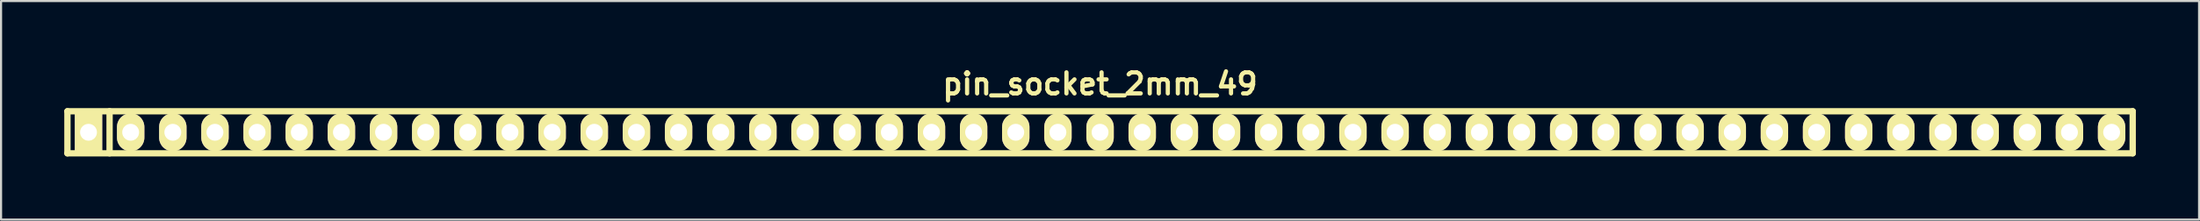
<source format=kicad_pcb>
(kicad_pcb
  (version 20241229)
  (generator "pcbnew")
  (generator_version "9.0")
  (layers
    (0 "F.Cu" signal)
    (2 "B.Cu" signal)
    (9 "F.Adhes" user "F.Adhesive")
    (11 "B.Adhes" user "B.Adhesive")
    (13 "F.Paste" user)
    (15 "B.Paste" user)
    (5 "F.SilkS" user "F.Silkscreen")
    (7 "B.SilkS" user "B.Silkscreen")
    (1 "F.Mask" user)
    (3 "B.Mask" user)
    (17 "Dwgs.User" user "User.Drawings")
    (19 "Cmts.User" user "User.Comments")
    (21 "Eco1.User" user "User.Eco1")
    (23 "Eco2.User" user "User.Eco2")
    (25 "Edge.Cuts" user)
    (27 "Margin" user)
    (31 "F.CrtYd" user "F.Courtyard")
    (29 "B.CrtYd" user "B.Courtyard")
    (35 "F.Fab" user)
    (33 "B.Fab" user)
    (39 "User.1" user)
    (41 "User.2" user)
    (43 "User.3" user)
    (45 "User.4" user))
  (footprint "pin_socket_2mm_49"
    (layer "F.Cu")
    (at 49.15 3.236)
    (property "Reference" "pin_socket_2mm_49" (at 0 -2.3 0) (layer "F.SilkS") (effects (font (size 1 1) (thickness 0.2))))
    (attr through_hole)
    (fp_line (start -49 -1) (end 49 -1) (stroke (width 0.3) (type solid)) (layer "F.SilkS"))
    (fp_line (start -49 1) (end -49 -1) (stroke (width 0.3) (type solid)) (layer "F.SilkS"))
    (fp_line (start -47 -1) (end -47 1) (stroke (width 0.3) (type solid)) (layer "F.SilkS"))
    (fp_line (start 49 -1) (end 49 1) (stroke (width 0.3) (type solid)) (layer "F.SilkS"))
    (fp_line (start 49 1) (end -49 1) (stroke (width 0.3) (type solid)) (layer "F.SilkS"))
    (pad "1" thru_hole rect (at -48 0) (size 1.3 1.8) (drill 0.8) (layers "*.Cu" "*.Mask" "F.SilkS"))
    (pad "2" thru_hole oval (at -46 0) (size 1.3 1.8) (drill 0.8) (layers "*.Cu" "*.Mask" "F.SilkS"))
    (pad "3" thru_hole oval (at -44 0) (size 1.3 1.8) (drill 0.8) (layers "*.Cu" "*.Mask" "F.SilkS"))
    (pad "4" thru_hole oval (at -42 0) (size 1.3 1.8) (drill 0.8) (layers "*.Cu" "*.Mask" "F.SilkS"))
    (pad "5" thru_hole oval (at -40 0) (size 1.3 1.8) (drill 0.8) (layers "*.Cu" "*.Mask" "F.SilkS"))
    (pad "6" thru_hole oval (at -38 0) (size 1.3 1.8) (drill 0.8) (layers "*.Cu" "*.Mask" "F.SilkS"))
    (pad "7" thru_hole oval (at -36 0) (size 1.3 1.8) (drill 0.8) (layers "*.Cu" "*.Mask" "F.SilkS"))
    (pad "8" thru_hole oval (at -34 0) (size 1.3 1.8) (drill 0.8) (layers "*.Cu" "*.Mask" "F.SilkS"))
    (pad "9" thru_hole oval (at -32 0) (size 1.3 1.8) (drill 0.8) (layers "*.Cu" "*.Mask" "F.SilkS"))
    (pad "10" thru_hole oval (at -30 0) (size 1.3 1.8) (drill 0.8) (layers "*.Cu" "*.Mask" "F.SilkS"))
    (pad "11" thru_hole oval (at -28 0) (size 1.3 1.8) (drill 0.8) (layers "*.Cu" "*.Mask" "F.SilkS"))
    (pad "12" thru_hole oval (at -26 0) (size 1.3 1.8) (drill 0.8) (layers "*.Cu" "*.Mask" "F.SilkS"))
    (pad "13" thru_hole oval (at -24 0) (size 1.3 1.8) (drill 0.8) (layers "*.Cu" "*.Mask" "F.SilkS"))
    (pad "14" thru_hole oval (at -22 0) (size 1.3 1.8) (drill 0.8) (layers "*.Cu" "*.Mask" "F.SilkS"))
    (pad "15" thru_hole oval (at -20 0) (size 1.3 1.8) (drill 0.8) (layers "*.Cu" "*.Mask" "F.SilkS"))
    (pad "16" thru_hole oval (at -18 0) (size 1.3 1.8) (drill 0.8) (layers "*.Cu" "*.Mask" "F.SilkS"))
    (pad "17" thru_hole oval (at -16 0) (size 1.3 1.8) (drill 0.8) (layers "*.Cu" "*.Mask" "F.SilkS"))
    (pad "18" thru_hole oval (at -14 0) (size 1.3 1.8) (drill 0.8) (layers "*.Cu" "*.Mask" "F.SilkS"))
    (pad "19" thru_hole oval (at -12 0) (size 1.3 1.8) (drill 0.8) (layers "*.Cu" "*.Mask" "F.SilkS"))
    (pad "20" thru_hole oval (at -10 0) (size 1.3 1.8) (drill 0.8) (layers "*.Cu" "*.Mask" "F.SilkS"))
    (pad "21" thru_hole oval (at -8 0) (size 1.3 1.8) (drill 0.8) (layers "*.Cu" "*.Mask" "F.SilkS"))
    (pad "22" thru_hole oval (at -6 0) (size 1.3 1.8) (drill 0.8) (layers "*.Cu" "*.Mask" "F.SilkS"))
    (pad "23" thru_hole oval (at -4 0) (size 1.3 1.8) (drill 0.8) (layers "*.Cu" "*.Mask" "F.SilkS"))
    (pad "24" thru_hole oval (at -2 0) (size 1.3 1.8) (drill 0.8) (layers "*.Cu" "*.Mask" "F.SilkS"))
    (pad "25" thru_hole oval (at 0 0) (size 1.3 1.8) (drill 0.8) (layers "*.Cu" "*.Mask" "F.SilkS"))
    (pad "26" thru_hole oval (at 2 0) (size 1.3 1.8) (drill 0.8) (layers "*.Cu" "*.Mask" "F.SilkS"))
    (pad "27" thru_hole oval (at 4 0) (size 1.3 1.8) (drill 0.8) (layers "*.Cu" "*.Mask" "F.SilkS"))
    (pad "28" thru_hole oval (at 6 0) (size 1.3 1.8) (drill 0.8) (layers "*.Cu" "*.Mask" "F.SilkS"))
    (pad "29" thru_hole oval (at 8 0) (size 1.3 1.8) (drill 0.8) (layers "*.Cu" "*.Mask" "F.SilkS"))
    (pad "30" thru_hole oval (at 10 0) (size 1.3 1.8) (drill 0.8) (layers "*.Cu" "*.Mask" "F.SilkS"))
    (pad "31" thru_hole oval (at 12 0) (size 1.3 1.8) (drill 0.8) (layers "*.Cu" "*.Mask" "F.SilkS"))
    (pad "32" thru_hole oval (at 14 0) (size 1.3 1.8) (drill 0.8) (layers "*.Cu" "*.Mask" "F.SilkS"))
    (pad "33" thru_hole oval (at 16 0) (size 1.3 1.8) (drill 0.8) (layers "*.Cu" "*.Mask" "F.SilkS"))
    (pad "34" thru_hole oval (at 18 0) (size 1.3 1.8) (drill 0.8) (layers "*.Cu" "*.Mask" "F.SilkS"))
    (pad "35" thru_hole oval (at 20 0) (size 1.3 1.8) (drill 0.8) (layers "*.Cu" "*.Mask" "F.SilkS"))
    (pad "36" thru_hole oval (at 22 0) (size 1.3 1.8) (drill 0.8) (layers "*.Cu" "*.Mask" "F.SilkS"))
    (pad "37" thru_hole oval (at 24 0) (size 1.3 1.8) (drill 0.8) (layers "*.Cu" "*.Mask" "F.SilkS"))
    (pad "38" thru_hole oval (at 26 0) (size 1.3 1.8) (drill 0.8) (layers "*.Cu" "*.Mask" "F.SilkS"))
    (pad "39" thru_hole oval (at 28 0) (size 1.3 1.8) (drill 0.8) (layers "*.Cu" "*.Mask" "F.SilkS"))
    (pad "40" thru_hole oval (at 30 0) (size 1.3 1.8) (drill 0.8) (layers "*.Cu" "*.Mask" "F.SilkS"))
    (pad "41" thru_hole oval (at 32 0) (size 1.3 1.8) (drill 0.8) (layers "*.Cu" "*.Mask" "F.SilkS"))
    (pad "42" thru_hole oval (at 34 0) (size 1.3 1.8) (drill 0.8) (layers "*.Cu" "*.Mask" "F.SilkS"))
    (pad "43" thru_hole oval (at 36 0) (size 1.3 1.8) (drill 0.8) (layers "*.Cu" "*.Mask" "F.SilkS"))
    (pad "44" thru_hole oval (at 38 0) (size 1.3 1.8) (drill 0.8) (layers "*.Cu" "*.Mask" "F.SilkS"))
    (pad "45" thru_hole oval (at 40 0) (size 1.3 1.8) (drill 0.8) (layers "*.Cu" "*.Mask" "F.SilkS"))
    (pad "46" thru_hole oval (at 42 0) (size 1.3 1.8) (drill 0.8) (layers "*.Cu" "*.Mask" "F.SilkS"))
    (pad "47" thru_hole oval (at 44 0) (size 1.3 1.8) (drill 0.8) (layers "*.Cu" "*.Mask" "F.SilkS"))
    (pad "48" thru_hole oval (at 46 0) (size 1.3 1.8) (drill 0.8) (layers "*.Cu" "*.Mask" "F.SilkS"))
    (pad "49" thru_hole oval (at 48 0) (size 1.3 1.8) (drill 0.8) (layers "*.Cu" "*.Mask" "F.SilkS")))
  (gr_rect
    (start -3 -3)
    (end 101.3 7.386)
    (stroke (width 0.1) (type default))
    (fill no)
    (layer "Edge.Cuts")))
</source>
